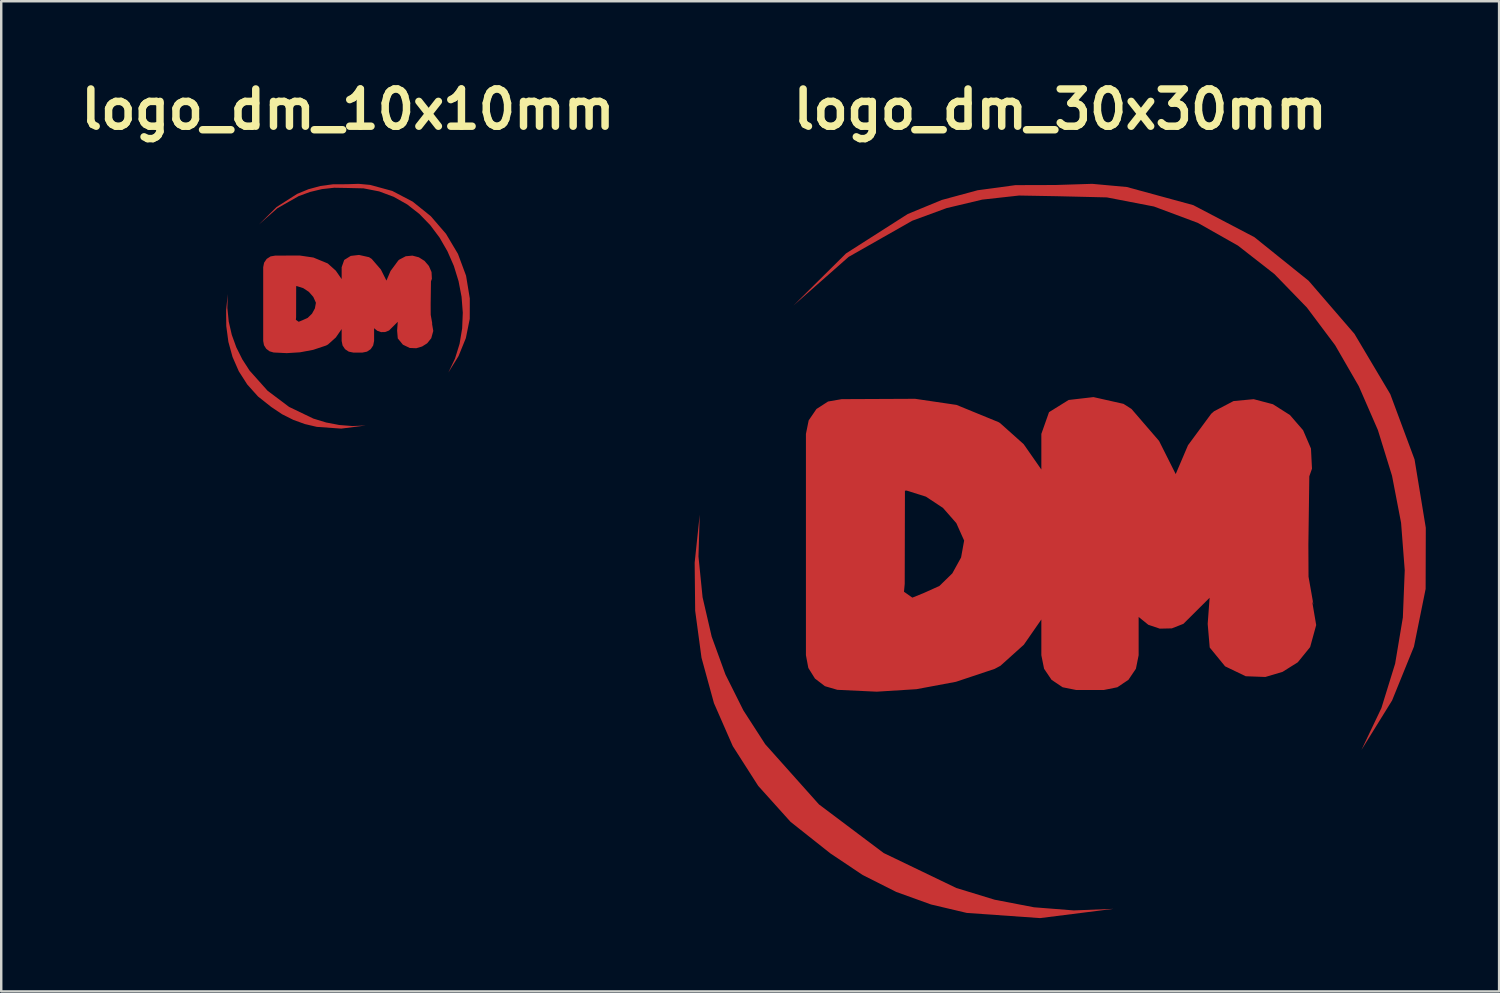
<source format=kicad_pcb>
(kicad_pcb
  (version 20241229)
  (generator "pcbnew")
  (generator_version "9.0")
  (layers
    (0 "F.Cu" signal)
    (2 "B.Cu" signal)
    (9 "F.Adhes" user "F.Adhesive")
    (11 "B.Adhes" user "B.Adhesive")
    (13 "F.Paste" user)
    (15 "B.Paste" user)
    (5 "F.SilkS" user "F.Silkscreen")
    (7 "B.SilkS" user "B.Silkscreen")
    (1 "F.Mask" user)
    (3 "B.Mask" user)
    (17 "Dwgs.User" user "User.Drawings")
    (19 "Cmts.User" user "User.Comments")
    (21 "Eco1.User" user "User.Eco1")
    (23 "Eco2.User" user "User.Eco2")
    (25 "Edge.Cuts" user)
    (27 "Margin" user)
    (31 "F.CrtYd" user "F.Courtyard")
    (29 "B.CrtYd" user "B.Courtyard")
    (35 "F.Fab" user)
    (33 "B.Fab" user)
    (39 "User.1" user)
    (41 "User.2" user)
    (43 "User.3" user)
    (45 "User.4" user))
  (footprint "logo_dm_30x30mm"
    (layer "F.Cu")
    (at 40.343 19.5)
    (property "Reference" "logo_dm_30x30mm" (at 0 -18.074 0) (layer "F.SilkS") (effects (font (size 1.524 1.524) (thickness 0.305))))
    (attr smd)
    (fp_poly (pts (xy -0.144 -14.98) (xy -0.213 -14.978) (xy -1.832 -14.973) (xy -3.379 -14.764) (xy -4.851 -14.365) (xy -6.242 -13.791) (xy -8.766 -12.179) (xy -10.917 -10.047) (xy -14.665 -2.152) (xy -14.677 -2.081) (xy -14.665 -2.152) (xy -10.917 -10.047) (xy -14.755 -1.487) (xy -14.962 0.483) (xy -14.941 2.446) (xy -14.682 4.37) (xy -14.173 6.227) (xy -13.403 7.986) (xy -12.361 9.615) (xy -11.037 11.087) (xy -9.419 12.369) (xy -9.394 12.387) (xy -8.086 13.262) (xy -6.714 13.954) (xy -5.289 14.468) (xy -3.825 14.814) (xy -0.826 15.026) (xy 2.181 14.647) (xy 0.551 14.711) (xy -1.075 14.583) (xy -2.682 14.274) (xy -4.252 13.794) (xy -7.227 12.362) (xy -9.875 10.372) (xy -12.075 7.908) (xy -12.968 6.525) (xy -13.703 5.054) (xy -14.265 3.507) (xy -14.638 1.894) (xy -14.806 0.226) (xy -14.755 -1.487) (xy -14.755 -1.487) (xy -10.917 -10.047) (xy -8.659 -12.037) (xy -6.056 -13.516) (xy -4.652 -14.032) (xy -3.192 -14.38) (xy -1.687 -14.547) (xy -0.149 -14.52) (xy 1.907 -14.471) (xy 3.836 -14.098) (xy 5.628 -13.429) (xy 7.275 -12.497) (xy 8.767 -11.332) (xy 10.094 -9.964) (xy 11.249 -8.424) (xy 12.22 -6.742) (xy 13.001 -4.949) (xy 13.58 -3.076) (xy 13.95 -1.153) (xy 14.1 0.79) (xy 14.023 2.721) (xy 13.707 4.611) (xy 13.145 6.428) (xy 12.328 8.143) (xy 13.582 6.119) (xy 14.477 3.915) (xy 14.955 1.554) (xy 14.962 -0.943) (xy 14.96 -0.959) (xy 14.502 -3.746) (xy 13.508 -6.419) (xy 12.041 -8.887) (xy 10.166 -11.059) (xy 7.946 -12.844) (xy 5.446 -14.154) (xy 2.727 -14.896) (xy 1.307 -15.026) (xy -0.144 -14.98) (xy -0.144 -14.98)) (stroke (width 0) (type solid)) (fill yes) (layer "F.Cu"))
    (fp_poly (pts (xy -5.941 -6.228) (xy -6.284 -2.471) (xy -5.496 -2.223) (xy -4.797 -1.76) (xy -4.253 -1.14) (xy -3.933 -0.425) (xy -4.058 0.266) (xy -4.417 0.917) (xy -4.945 1.432) (xy -5.577 1.717) (xy -6.052 1.91) (xy -6.395 1.669) (xy -6.365 1.347) (xy -6.356 -2.467) (xy -6.284 -2.471) (xy -6.284 -2.471) (xy -5.941 -6.228) (xy -8.944 -6.214) (xy -9.502 -6.117) (xy -9.977 -5.811) (xy -10.296 -5.344) (xy -10.408 -4.791) (xy -10.408 4.267) (xy -10.31 4.787) (xy -10.039 5.222) (xy -9.631 5.534) (xy -9.122 5.683) (xy -7.511 5.759) (xy -5.884 5.657) (xy -4.266 5.354) (xy -2.684 4.826) (xy -2.447 4.699) (xy -1.489 3.837) (xy -0.773 2.805) (xy -0.773 4.267) (xy -0.661 4.821) (xy -0.356 5.273) (xy 0.098 5.578) (xy 0.653 5.69) (xy 1.783 5.69) (xy 2.338 5.578) (xy 2.792 5.273) (xy 3.097 4.821) (xy 3.209 4.267) (xy 3.209 2.701) (xy 3.605 3.021) (xy 4.074 3.179) (xy 4.568 3.168) (xy 5.042 2.982) (xy 6.114 1.915) (xy 6.035 2.984) (xy 6.118 3.952) (xy 6.747 4.721) (xy 7.591 5.127) (xy 8.395 5.157) (xy 9.101 4.947) (xy 9.723 4.556) (xy 10.228 3.934) (xy 10.476 3.032) (xy 10.309 2.053) (xy 10.364 2.196) (xy 10.162 1.052) (xy 10.156 -0.25) (xy 10.198 -3.315) (xy 10.007 -2.522) (xy 10.304 -3.368) (xy 10.262 -4.193) (xy 9.94 -4.942) (xy 9.401 -5.564) (xy 8.706 -6.005) (xy 7.916 -6.213) (xy 7.092 -6.135) (xy 6.296 -5.718) (xy 6.178 -5.614) (xy 5.229 -4.327) (xy 4.726 -3.147) (xy 4.045 -4.504) (xy 2.917 -5.812) (xy 2.589 -6.021) (xy 1.36 -6.298) (xy 0.344 -6.18) (xy -0.459 -5.681) (xy -0.773 -4.791) (xy -0.773 -3.334) (xy -1.496 -4.371) (xy -2.463 -5.235) (xy -2.523 -5.272) (xy -4.245 -5.978) (xy -5.941 -6.228) (xy -5.941 -6.228)) (stroke (width 0) (type solid)) (fill yes) (layer "F.Cu"))
    (fp_poly (pts (xy -0.144 -14.98) (xy -0.213 -14.978) (xy -1.832 -14.973) (xy -3.379 -14.764) (xy -4.851 -14.365) (xy -6.242 -13.791) (xy -8.766 -12.179) (xy -10.917 -10.047) (xy -14.665 -2.152) (xy -14.677 -2.081) (xy -14.665 -2.152) (xy -10.917 -10.047) (xy -14.755 -1.487) (xy -14.962 0.483) (xy -14.941 2.446) (xy -14.682 4.37) (xy -14.173 6.227) (xy -13.403 7.986) (xy -12.361 9.615) (xy -11.037 11.087) (xy -9.419 12.369) (xy -9.394 12.387) (xy -8.086 13.262) (xy -6.714 13.954) (xy -5.289 14.468) (xy -3.825 14.814) (xy -0.826 15.026) (xy 2.181 14.647) (xy 0.551 14.711) (xy -1.075 14.583) (xy -2.682 14.274) (xy -4.252 13.794) (xy -7.227 12.362) (xy -9.875 10.372) (xy -12.075 7.908) (xy -12.968 6.525) (xy -13.703 5.054) (xy -14.265 3.507) (xy -14.638 1.894) (xy -14.806 0.226) (xy -14.755 -1.487) (xy -14.755 -1.487) (xy -10.917 -10.047) (xy -8.659 -12.037) (xy -6.056 -13.516) (xy -4.652 -14.032) (xy -3.192 -14.38) (xy -1.687 -14.547) (xy -0.149 -14.52) (xy 1.907 -14.471) (xy 3.836 -14.098) (xy 5.628 -13.429) (xy 7.275 -12.497) (xy 8.767 -11.332) (xy 10.094 -9.964) (xy 11.249 -8.424) (xy 12.22 -6.742) (xy 13.001 -4.949) (xy 13.58 -3.076) (xy 13.95 -1.153) (xy 14.1 0.79) (xy 14.023 2.721) (xy 13.707 4.611) (xy 13.145 6.428) (xy 12.328 8.143) (xy 13.582 6.119) (xy 14.477 3.915) (xy 14.955 1.554) (xy 14.962 -0.943) (xy 14.96 -0.959) (xy 14.502 -3.746) (xy 13.508 -6.419) (xy 12.041 -8.887) (xy 10.166 -11.059) (xy 7.946 -12.844) (xy 5.446 -14.154) (xy 2.727 -14.896) (xy 1.307 -15.026) (xy -0.144 -14.98) (xy -0.144 -14.98)) (stroke (width 0) (type solid)) (fill yes) (layer "F.Mask"))
    (fp_poly (pts (xy -5.941 -6.228) (xy -6.284 -2.471) (xy -5.496 -2.223) (xy -4.797 -1.76) (xy -4.253 -1.14) (xy -3.933 -0.425) (xy -4.058 0.266) (xy -4.417 0.917) (xy -4.945 1.432) (xy -5.577 1.717) (xy -6.052 1.91) (xy -6.395 1.669) (xy -6.365 1.347) (xy -6.356 -2.467) (xy -6.284 -2.471) (xy -6.284 -2.471) (xy -5.941 -6.228) (xy -8.944 -6.214) (xy -9.502 -6.117) (xy -9.977 -5.811) (xy -10.296 -5.344) (xy -10.408 -4.791) (xy -10.408 4.267) (xy -10.31 4.787) (xy -10.039 5.222) (xy -9.631 5.534) (xy -9.122 5.683) (xy -7.511 5.759) (xy -5.884 5.657) (xy -4.266 5.354) (xy -2.684 4.826) (xy -2.447 4.699) (xy -1.489 3.837) (xy -0.773 2.805) (xy -0.773 4.267) (xy -0.661 4.821) (xy -0.356 5.273) (xy 0.098 5.578) (xy 0.653 5.69) (xy 1.783 5.69) (xy 2.338 5.578) (xy 2.792 5.273) (xy 3.097 4.821) (xy 3.209 4.267) (xy 3.209 2.701) (xy 3.605 3.021) (xy 4.074 3.179) (xy 4.568 3.168) (xy 5.042 2.982) (xy 6.114 1.915) (xy 6.035 2.984) (xy 6.118 3.952) (xy 6.747 4.721) (xy 7.591 5.127) (xy 8.395 5.157) (xy 9.101 4.947) (xy 9.723 4.556) (xy 10.228 3.934) (xy 10.476 3.032) (xy 10.309 2.053) (xy 10.364 2.196) (xy 10.162 1.052) (xy 10.156 -0.25) (xy 10.198 -3.315) (xy 10.007 -2.522) (xy 10.304 -3.368) (xy 10.262 -4.193) (xy 9.94 -4.942) (xy 9.401 -5.564) (xy 8.706 -6.005) (xy 7.916 -6.213) (xy 7.092 -6.135) (xy 6.296 -5.718) (xy 6.178 -5.614) (xy 5.229 -4.327) (xy 4.726 -3.147) (xy 4.045 -4.504) (xy 2.917 -5.812) (xy 2.589 -6.021) (xy 1.36 -6.298) (xy 0.344 -6.18) (xy -0.459 -5.681) (xy -0.773 -4.791) (xy -0.773 -3.334) (xy -1.496 -4.371) (xy -2.463 -5.235) (xy -2.523 -5.272) (xy -4.245 -5.978) (xy -5.941 -6.228) (xy -5.941 -6.228)) (stroke (width 0) (type solid)) (fill yes) (layer "F.Mask")))
  (footprint "logo_dm_10x10mm"
    (layer "F.Cu")
    (at 11.191 9.483)
    (property "Reference" "logo_dm_10x10mm" (at 0 -8.057 0) (layer "F.SilkS") (effects (font (size 1.524 1.524) (thickness 0.305))))
    (attr smd)
    (fp_poly (pts (xy -0.048 -4.993) (xy -0.071 -4.993) (xy -0.611 -4.991) (xy -1.126 -4.921) (xy -1.617 -4.788) (xy -2.081 -4.597) (xy -2.922 -4.06) (xy -3.639 -3.349) (xy -4.888 -0.717) (xy -4.892 -0.694) (xy -4.888 -0.717) (xy -3.639 -3.349) (xy -4.918 -0.496) (xy -4.987 0.161) (xy -4.98 0.815) (xy -4.894 1.457) (xy -4.724 2.076) (xy -4.468 2.662) (xy -4.12 3.205) (xy -3.679 3.696) (xy -3.14 4.123) (xy -3.131 4.129) (xy -2.695 4.421) (xy -2.238 4.651) (xy -1.763 4.823) (xy -1.275 4.938) (xy -0.275 5.009) (xy 0.727 4.882) (xy 0.184 4.904) (xy -0.358 4.861) (xy -0.894 4.758) (xy -1.417 4.598) (xy -2.409 4.121) (xy -3.292 3.457) (xy -4.025 2.636) (xy -4.323 2.175) (xy -4.568 1.685) (xy -4.755 1.169) (xy -4.879 0.631) (xy -4.935 0.075) (xy -4.918 -0.496) (xy -4.918 -0.496) (xy -3.639 -3.349) (xy -2.886 -4.012) (xy -2.019 -4.505) (xy -1.551 -4.677) (xy -1.064 -4.793) (xy -0.562 -4.849) (xy -0.05 -4.84) (xy 0.636 -4.824) (xy 1.279 -4.699) (xy 1.876 -4.476) (xy 2.425 -4.166) (xy 2.922 -3.777) (xy 3.365 -3.321) (xy 3.75 -2.808) (xy 4.073 -2.247) (xy 4.334 -1.65) (xy 4.527 -1.025) (xy 4.65 -0.384) (xy 4.7 0.263) (xy 4.674 0.907) (xy 4.569 1.537) (xy 4.382 2.143) (xy 4.109 2.714) (xy 4.527 2.04) (xy 4.826 1.305) (xy 4.985 0.518) (xy 4.987 -0.314) (xy 4.987 -0.32) (xy 4.834 -1.249) (xy 4.503 -2.14) (xy 4.014 -2.962) (xy 3.389 -3.686) (xy 2.649 -4.281) (xy 1.815 -4.718) (xy 0.909 -4.965) (xy 0.436 -5.009) (xy -0.048 -4.993) (xy -0.048 -4.993)) (stroke (width 0) (type solid)) (fill yes) (layer "F.Cu"))
    (fp_poly (pts (xy -1.98 -2.076) (xy -2.095 -0.824) (xy -1.832 -0.741) (xy -1.599 -0.587) (xy -1.418 -0.38) (xy -1.311 -0.142) (xy -1.353 0.089) (xy -1.472 0.306) (xy -1.648 0.477) (xy -1.859 0.572) (xy -2.017 0.637) (xy -2.132 0.556) (xy -2.122 0.449) (xy -2.119 -0.822) (xy -2.095 -0.824) (xy -2.095 -0.824) (xy -1.98 -2.076) (xy -2.981 -2.071) (xy -3.167 -2.039) (xy -3.326 -1.937) (xy -3.432 -1.781) (xy -3.469 -1.597) (xy -3.469 1.422) (xy -3.437 1.596) (xy -3.346 1.741) (xy -3.21 1.845) (xy -3.041 1.894) (xy -2.504 1.92) (xy -1.961 1.886) (xy -1.422 1.785) (xy -0.895 1.609) (xy -0.816 1.566) (xy -0.496 1.279) (xy -0.258 0.935) (xy -0.258 1.422) (xy -0.22 1.607) (xy -0.119 1.758) (xy 0.033 1.859) (xy 0.218 1.897) (xy 0.594 1.897) (xy 0.779 1.859) (xy 0.931 1.758) (xy 1.032 1.607) (xy 1.07 1.422) (xy 1.07 0.9) (xy 1.202 1.007) (xy 1.358 1.06) (xy 1.523 1.056) (xy 1.681 0.994) (xy 2.038 0.638) (xy 2.012 0.995) (xy 2.039 1.317) (xy 2.249 1.574) (xy 2.53 1.709) (xy 2.798 1.719) (xy 3.034 1.649) (xy 3.241 1.519) (xy 3.409 1.311) (xy 3.492 1.011) (xy 3.436 0.684) (xy 3.455 0.732) (xy 3.387 0.351) (xy 3.385 -0.083) (xy 3.399 -1.105) (xy 3.336 -0.841) (xy 3.435 -1.123) (xy 3.421 -1.398) (xy 3.313 -1.647) (xy 3.134 -1.855) (xy 2.902 -2.002) (xy 2.639 -2.071) (xy 2.364 -2.045) (xy 2.099 -1.906) (xy 2.059 -1.871) (xy 1.743 -1.442) (xy 1.575 -1.049) (xy 1.348 -1.501) (xy 0.972 -1.937) (xy 0.863 -2.007) (xy 0.453 -2.099) (xy 0.115 -2.06) (xy -0.153 -1.894) (xy -0.258 -1.597) (xy -0.258 -1.111) (xy -0.499 -1.457) (xy -0.821 -1.745) (xy -0.841 -1.757) (xy -1.415 -1.993) (xy -1.98 -2.076) (xy -1.98 -2.076)) (stroke (width 0) (type solid)) (fill yes) (layer "F.Cu"))
    (fp_poly (pts (xy -0.048 -4.993) (xy -0.071 -4.993) (xy -0.611 -4.991) (xy -1.126 -4.921) (xy -1.617 -4.788) (xy -2.081 -4.597) (xy -2.922 -4.06) (xy -3.639 -3.349) (xy -4.888 -0.717) (xy -4.892 -0.694) (xy -4.888 -0.717) (xy -3.639 -3.349) (xy -4.918 -0.496) (xy -4.987 0.161) (xy -4.98 0.815) (xy -4.894 1.457) (xy -4.724 2.076) (xy -4.468 2.662) (xy -4.12 3.205) (xy -3.679 3.696) (xy -3.14 4.123) (xy -3.131 4.129) (xy -2.695 4.421) (xy -2.238 4.651) (xy -1.763 4.823) (xy -1.275 4.938) (xy -0.275 5.009) (xy 0.727 4.882) (xy 0.184 4.904) (xy -0.358 4.861) (xy -0.894 4.758) (xy -1.417 4.598) (xy -2.409 4.121) (xy -3.292 3.457) (xy -4.025 2.636) (xy -4.323 2.175) (xy -4.568 1.685) (xy -4.755 1.169) (xy -4.879 0.631) (xy -4.935 0.075) (xy -4.918 -0.496) (xy -4.918 -0.496) (xy -3.639 -3.349) (xy -2.886 -4.012) (xy -2.019 -4.505) (xy -1.551 -4.677) (xy -1.064 -4.793) (xy -0.562 -4.849) (xy -0.05 -4.84) (xy 0.636 -4.824) (xy 1.279 -4.699) (xy 1.876 -4.476) (xy 2.425 -4.166) (xy 2.922 -3.777) (xy 3.365 -3.321) (xy 3.75 -2.808) (xy 4.073 -2.247) (xy 4.334 -1.65) (xy 4.527 -1.025) (xy 4.65 -0.384) (xy 4.7 0.263) (xy 4.674 0.907) (xy 4.569 1.537) (xy 4.382 2.143) (xy 4.109 2.714) (xy 4.527 2.04) (xy 4.826 1.305) (xy 4.985 0.518) (xy 4.987 -0.314) (xy 4.987 -0.32) (xy 4.834 -1.249) (xy 4.503 -2.14) (xy 4.014 -2.962) (xy 3.389 -3.686) (xy 2.649 -4.281) (xy 1.815 -4.718) (xy 0.909 -4.965) (xy 0.436 -5.009) (xy -0.048 -4.993) (xy -0.048 -4.993)) (stroke (width 0) (type solid)) (fill yes) (layer "F.Mask"))
    (fp_poly (pts (xy -1.98 -2.076) (xy -2.095 -0.824) (xy -1.832 -0.741) (xy -1.599 -0.587) (xy -1.418 -0.38) (xy -1.311 -0.142) (xy -1.353 0.089) (xy -1.472 0.306) (xy -1.648 0.477) (xy -1.859 0.572) (xy -2.017 0.637) (xy -2.132 0.556) (xy -2.122 0.449) (xy -2.119 -0.822) (xy -2.095 -0.824) (xy -2.095 -0.824) (xy -1.98 -2.076) (xy -2.981 -2.071) (xy -3.167 -2.039) (xy -3.326 -1.937) (xy -3.432 -1.781) (xy -3.469 -1.597) (xy -3.469 1.422) (xy -3.437 1.596) (xy -3.346 1.741) (xy -3.21 1.845) (xy -3.041 1.894) (xy -2.504 1.92) (xy -1.961 1.886) (xy -1.422 1.785) (xy -0.895 1.609) (xy -0.816 1.566) (xy -0.496 1.279) (xy -0.258 0.935) (xy -0.258 1.422) (xy -0.22 1.607) (xy -0.119 1.758) (xy 0.033 1.859) (xy 0.218 1.897) (xy 0.594 1.897) (xy 0.779 1.859) (xy 0.931 1.758) (xy 1.032 1.607) (xy 1.07 1.422) (xy 1.07 0.9) (xy 1.202 1.007) (xy 1.358 1.06) (xy 1.523 1.056) (xy 1.681 0.994) (xy 2.038 0.638) (xy 2.012 0.995) (xy 2.039 1.317) (xy 2.249 1.574) (xy 2.53 1.709) (xy 2.798 1.719) (xy 3.034 1.649) (xy 3.241 1.519) (xy 3.409 1.311) (xy 3.492 1.011) (xy 3.436 0.684) (xy 3.455 0.732) (xy 3.387 0.351) (xy 3.385 -0.083) (xy 3.399 -1.105) (xy 3.336 -0.841) (xy 3.435 -1.123) (xy 3.421 -1.398) (xy 3.313 -1.647) (xy 3.134 -1.855) (xy 2.902 -2.002) (xy 2.639 -2.071) (xy 2.364 -2.045) (xy 2.099 -1.906) (xy 2.059 -1.871) (xy 1.743 -1.442) (xy 1.575 -1.049) (xy 1.348 -1.501) (xy 0.972 -1.937) (xy 0.863 -2.007) (xy 0.453 -2.099) (xy 0.115 -2.06) (xy -0.153 -1.894) (xy -0.258 -1.597) (xy -0.258 -1.111) (xy -0.499 -1.457) (xy -0.821 -1.745) (xy -0.841 -1.757) (xy -1.415 -1.993) (xy -1.98 -2.076) (xy -1.98 -2.076)) (stroke (width 0) (type solid)) (fill yes) (layer "F.Mask")))
  (gr_rect
    (start -3 -3)
    (end 58.305 37.526)
    (stroke (width 0.1) (type default))
    (fill no)
    (layer "Edge.Cuts")))
</source>
